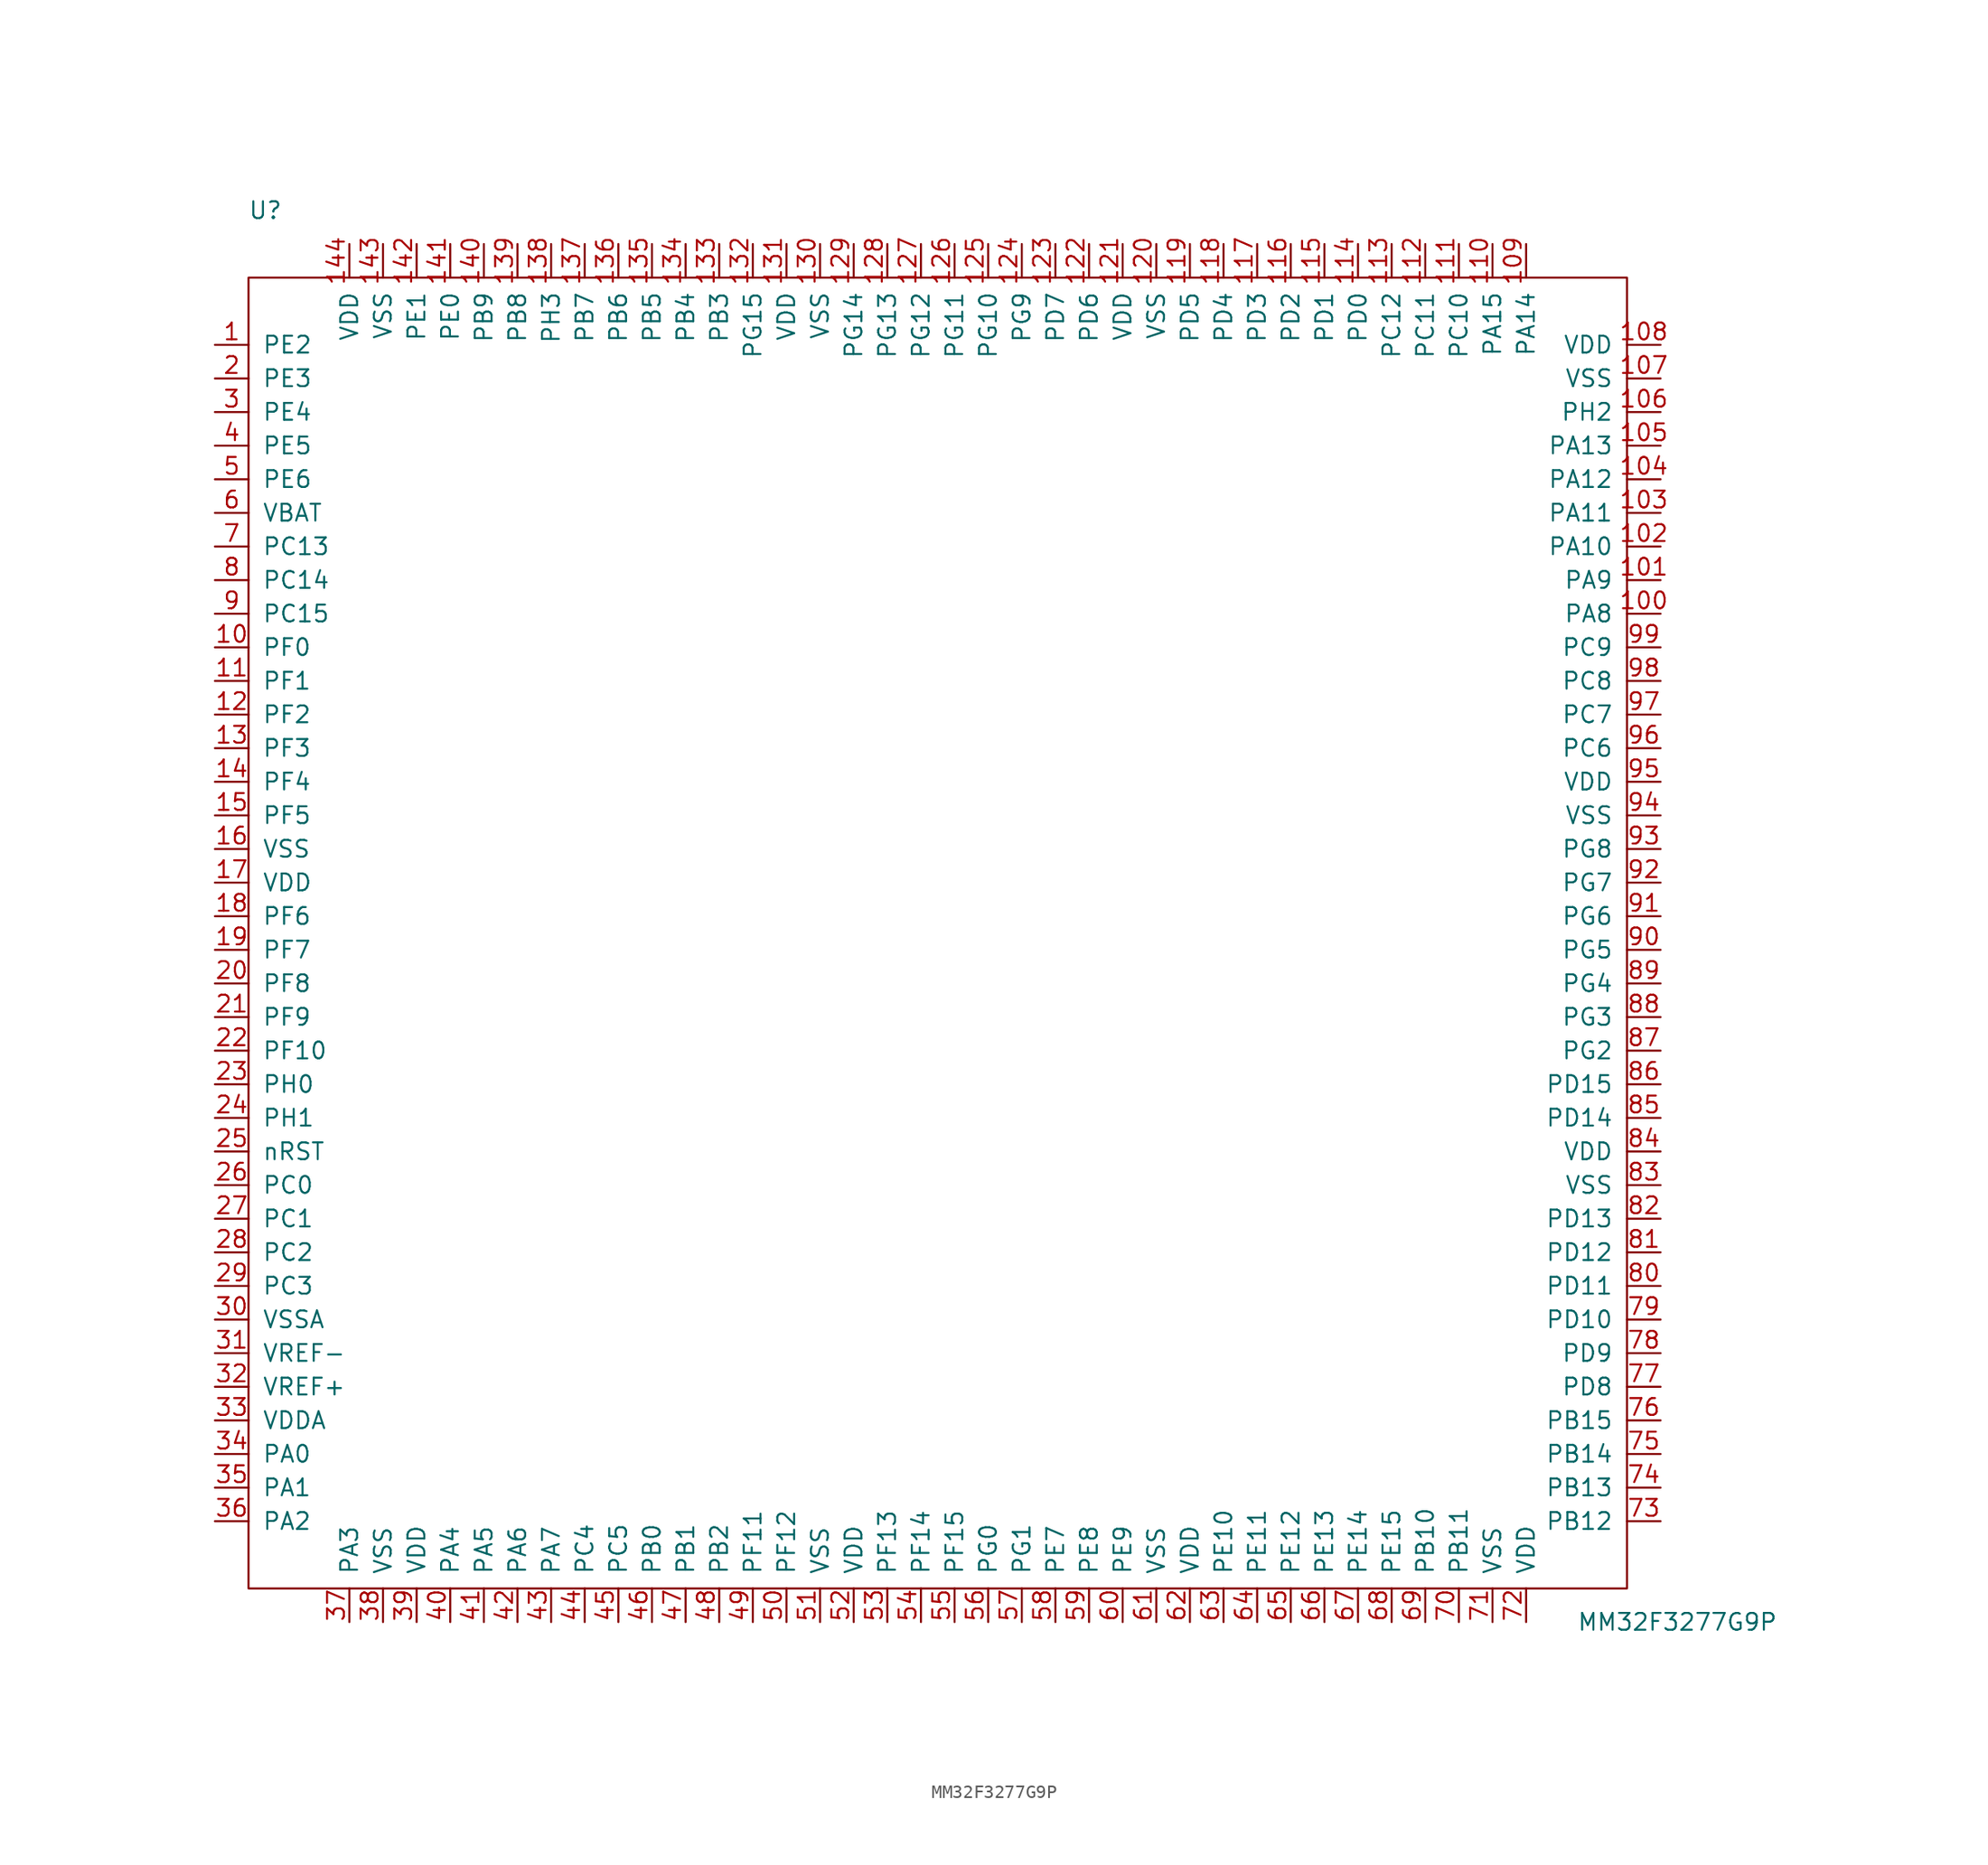
<source format=kicad_sym>
(kicad_symbol_lib
  (version 20211014)
  (generator kicad_symbol_editor)
  (symbol "MM32F3277G9P"
    (pin_names
      (offset 1.016))
    (property "Reference" "U"
      (at 1.27 104.14 0)
      (effects (font (size 1.27 1.27))))
    (property "Value" "MM32F3277G9P"
      (at 107.95 -2.54 0)
      (effects (font (size 1.27 1.27))))
    (symbol "MM32F3277G9P_0_0"
      (pin bidirectional line (at -2.54 71.12 0) (length 2.54) (name "PF0" (effects (font (size 1.27 1.27)))) (number "10" (effects (font (size 1.27 1.27)))))
      (pin bidirectional line (at 106.68 73.66 180) (length 2.54) (name "PA8" (effects (font (size 1.27 1.27)))) (number "100" (effects (font (size 1.27 1.27)))))
      (pin bidirectional line (at 106.68 76.2 180) (length 2.54) (name "PA9" (effects (font (size 1.27 1.27)))) (number "101" (effects (font (size 1.27 1.27)))))
      (pin bidirectional line (at 106.68 78.74 180) (length 2.54) (name "PA10" (effects (font (size 1.27 1.27)))) (number "102" (effects (font (size 1.27 1.27)))))
      (pin bidirectional line (at 106.68 81.28 180) (length 2.54) (name "PA11" (effects (font (size 1.27 1.27)))) (number "103" (effects (font (size 1.27 1.27)))))
      (pin bidirectional line (at 106.68 83.82 180) (length 2.54) (name "PA12" (effects (font (size 1.27 1.27)))) (number "104" (effects (font (size 1.27 1.27)))))
      (pin bidirectional line (at 106.68 86.36 180) (length 2.54) (name "PA13" (effects (font (size 1.27 1.27)))) (number "105" (effects (font (size 1.27 1.27)))))
      (pin bidirectional line (at 106.68 88.9 180) (length 2.54) (name "PH2" (effects (font (size 1.27 1.27)))) (number "106" (effects (font (size 1.27 1.27)))))
      (pin power_in line (at 106.68 91.44 180) (length 2.54) (name "VSS" (effects (font (size 1.27 1.27)))) (number "107" (effects (font (size 1.27 1.27)))))
      (pin power_in line (at 106.68 93.98 180) (length 2.54) (name "VDD" (effects (font (size 1.27 1.27)))) (number "108" (effects (font (size 1.27 1.27)))))
      (pin bidirectional line (at 96.52 101.6 270) (length 2.54) (name "PA14" (effects (font (size 1.27 1.27)))) (number "109" (effects (font (size 1.27 1.27)))))
      (pin bidirectional line (at -2.54 68.58 0) (length 2.54) (name "PF1" (effects (font (size 1.27 1.27)))) (number "11" (effects (font (size 1.27 1.27)))))
      (pin bidirectional line (at 93.98 101.6 270) (length 2.54) (name "PA15" (effects (font (size 1.27 1.27)))) (number "110" (effects (font (size 1.27 1.27)))))
      (pin bidirectional line (at 91.44 101.6 270) (length 2.54) (name "PC10" (effects (font (size 1.27 1.27)))) (number "111" (effects (font (size 1.27 1.27)))))
      (pin bidirectional line (at 88.9 101.6 270) (length 2.54) (name "PC11" (effects (font (size 1.27 1.27)))) (number "112" (effects (font (size 1.27 1.27)))))
      (pin bidirectional line (at 86.36 101.6 270) (length 2.54) (name "PC12" (effects (font (size 1.27 1.27)))) (number "113" (effects (font (size 1.27 1.27)))))
      (pin bidirectional line (at 83.82 101.6 270) (length 2.54) (name "PD0" (effects (font (size 1.27 1.27)))) (number "114" (effects (font (size 1.27 1.27)))))
      (pin bidirectional line (at 81.28 101.6 270) (length 2.54) (name "PD1" (effects (font (size 1.27 1.27)))) (number "115" (effects (font (size 1.27 1.27)))))
      (pin bidirectional line (at 78.74 101.6 270) (length 2.54) (name "PD2" (effects (font (size 1.27 1.27)))) (number "116" (effects (font (size 1.27 1.27)))))
      (pin bidirectional line (at 76.2 101.6 270) (length 2.54) (name "PD3" (effects (font (size 1.27 1.27)))) (number "117" (effects (font (size 1.27 1.27)))))
      (pin bidirectional line (at 73.66 101.6 270) (length 2.54) (name "PD4" (effects (font (size 1.27 1.27)))) (number "118" (effects (font (size 1.27 1.27)))))
      (pin bidirectional line (at 71.12 101.6 270) (length 2.54) (name "PD5" (effects (font (size 1.27 1.27)))) (number "119" (effects (font (size 1.27 1.27)))))
      (pin bidirectional line (at -2.54 66.04 0) (length 2.54) (name "PF2" (effects (font (size 1.27 1.27)))) (number "12" (effects (font (size 1.27 1.27)))))
      (pin power_in line (at 68.58 101.6 270) (length 2.54) (name "VSS" (effects (font (size 1.27 1.27)))) (number "120" (effects (font (size 1.27 1.27)))))
      (pin power_in line (at 66.04 101.6 270) (length 2.54) (name "VDD" (effects (font (size 1.27 1.27)))) (number "121" (effects (font (size 1.27 1.27)))))
      (pin bidirectional line (at 63.5 101.6 270) (length 2.54) (name "PD6" (effects (font (size 1.27 1.27)))) (number "122" (effects (font (size 1.27 1.27)))))
      (pin bidirectional line (at 60.96 101.6 270) (length 2.54) (name "PD7" (effects (font (size 1.27 1.27)))) (number "123" (effects (font (size 1.27 1.27)))))
      (pin bidirectional line (at 58.42 101.6 270) (length 2.54) (name "PG9" (effects (font (size 1.27 1.27)))) (number "124" (effects (font (size 1.27 1.27)))))
      (pin bidirectional line (at 55.88 101.6 270) (length 2.54) (name "PG10" (effects (font (size 1.27 1.27)))) (number "125" (effects (font (size 1.27 1.27)))))
      (pin bidirectional line (at 53.34 101.6 270) (length 2.54) (name "PG11" (effects (font (size 1.27 1.27)))) (number "126" (effects (font (size 1.27 1.27)))))
      (pin bidirectional line (at 50.8 101.6 270) (length 2.54) (name "PG12" (effects (font (size 1.27 1.27)))) (number "127" (effects (font (size 1.27 1.27)))))
      (pin bidirectional line (at 48.26 101.6 270) (length 2.54) (name "PG13" (effects (font (size 1.27 1.27)))) (number "128" (effects (font (size 1.27 1.27)))))
      (pin bidirectional line (at 45.72 101.6 270) (length 2.54) (name "PG14" (effects (font (size 1.27 1.27)))) (number "129" (effects (font (size 1.27 1.27)))))
      (pin bidirectional line (at -2.54 63.5 0) (length 2.54) (name "PF3" (effects (font (size 1.27 1.27)))) (number "13" (effects (font (size 1.27 1.27)))))
      (pin power_in line (at 43.18 101.6 270) (length 2.54) (name "VSS" (effects (font (size 1.27 1.27)))) (number "130" (effects (font (size 1.27 1.27)))))
      (pin power_in line (at 40.64 101.6 270) (length 2.54) (name "VDD" (effects (font (size 1.27 1.27)))) (number "131" (effects (font (size 1.27 1.27)))))
      (pin bidirectional line (at 38.1 101.6 270) (length 2.54) (name "PG15" (effects (font (size 1.27 1.27)))) (number "132" (effects (font (size 1.27 1.27)))))
      (pin bidirectional line (at 35.56 101.6 270) (length 2.54) (name "PB3" (effects (font (size 1.27 1.27)))) (number "133" (effects (font (size 1.27 1.27)))))
      (pin bidirectional line (at 33.02 101.6 270) (length 2.54) (name "PB4" (effects (font (size 1.27 1.27)))) (number "134" (effects (font (size 1.27 1.27)))))
      (pin bidirectional line (at 30.48 101.6 270) (length 2.54) (name "PB5" (effects (font (size 1.27 1.27)))) (number "135" (effects (font (size 1.27 1.27)))))
      (pin bidirectional line (at 27.94 101.6 270) (length 2.54) (name "PB6" (effects (font (size 1.27 1.27)))) (number "136" (effects (font (size 1.27 1.27)))))
      (pin bidirectional line (at 25.4 101.6 270) (length 2.54) (name "PB7" (effects (font (size 1.27 1.27)))) (number "137" (effects (font (size 1.27 1.27)))))
      (pin bidirectional line (at 22.86 101.6 270) (length 2.54) (name "PH3" (effects (font (size 1.27 1.27)))) (number "138" (effects (font (size 1.27 1.27)))))
      (pin bidirectional line (at 20.32 101.6 270) (length 2.54) (name "PB8" (effects (font (size 1.27 1.27)))) (number "139" (effects (font (size 1.27 1.27)))))
      (pin bidirectional line (at -2.54 60.96 0) (length 2.54) (name "PF4" (effects (font (size 1.27 1.27)))) (number "14" (effects (font (size 1.27 1.27)))))
      (pin bidirectional line (at 17.78 101.6 270) (length 2.54) (name "PB9" (effects (font (size 1.27 1.27)))) (number "140" (effects (font (size 1.27 1.27)))))
      (pin bidirectional line (at 15.24 101.6 270) (length 2.54) (name "PE0" (effects (font (size 1.27 1.27)))) (number "141" (effects (font (size 1.27 1.27)))))
      (pin bidirectional line (at 12.7 101.6 270) (length 2.54) (name "PE1" (effects (font (size 1.27 1.27)))) (number "142" (effects (font (size 1.27 1.27)))))
      (pin power_in line (at 10.16 101.6 270) (length 2.54) (name "VSS" (effects (font (size 1.27 1.27)))) (number "143" (effects (font (size 1.27 1.27)))))
      (pin power_in line (at 7.62 101.6 270) (length 2.54) (name "VDD" (effects (font (size 1.27 1.27)))) (number "144" (effects (font (size 1.27 1.27)))))
      (pin bidirectional line (at -2.54 58.42 0) (length 2.54) (name "PF5" (effects (font (size 1.27 1.27)))) (number "15" (effects (font (size 1.27 1.27)))))
      (pin power_in line (at -2.54 55.88 0) (length 2.54) (name "VSS" (effects (font (size 1.27 1.27)))) (number "16" (effects (font (size 1.27 1.27)))))
      (pin power_in line (at -2.54 53.34 0) (length 2.54) (name "VDD" (effects (font (size 1.27 1.27)))) (number "17" (effects (font (size 1.27 1.27)))))
      (pin bidirectional line (at -2.54 50.8 0) (length 2.54) (name "PF6" (effects (font (size 1.27 1.27)))) (number "18" (effects (font (size 1.27 1.27)))))
      (pin bidirectional line (at -2.54 48.26 0) (length 2.54) (name "PF7" (effects (font (size 1.27 1.27)))) (number "19" (effects (font (size 1.27 1.27)))))
      (pin bidirectional line (at -2.54 91.44 0) (length 2.54) (name "PE3" (effects (font (size 1.27 1.27)))) (number "2" (effects (font (size 1.27 1.27)))))
      (pin bidirectional line (at -2.54 45.72 0) (length 2.54) (name "PF8" (effects (font (size 1.27 1.27)))) (number "20" (effects (font (size 1.27 1.27)))))
      (pin bidirectional line (at -2.54 43.18 0) (length 2.54) (name "PF9" (effects (font (size 1.27 1.27)))) (number "21" (effects (font (size 1.27 1.27)))))
      (pin bidirectional line (at -2.54 40.64 0) (length 2.54) (name "PF10" (effects (font (size 1.27 1.27)))) (number "22" (effects (font (size 1.27 1.27)))))
      (pin bidirectional line (at -2.54 38.1 0) (length 2.54) (name "PH0" (effects (font (size 1.27 1.27)))) (number "23" (effects (font (size 1.27 1.27)))))
      (pin bidirectional line (at -2.54 35.56 0) (length 2.54) (name "PH1" (effects (font (size 1.27 1.27)))) (number "24" (effects (font (size 1.27 1.27)))))
      (pin bidirectional line (at -2.54 33.02 0) (length 2.54) (name "nRST" (effects (font (size 1.27 1.27)))) (number "25" (effects (font (size 1.27 1.27)))))
      (pin bidirectional line (at -2.54 30.48 0) (length 2.54) (name "PC0" (effects (font (size 1.27 1.27)))) (number "26" (effects (font (size 1.27 1.27)))))
      (pin bidirectional line (at -2.54 27.94 0) (length 2.54) (name "PC1" (effects (font (size 1.27 1.27)))) (number "27" (effects (font (size 1.27 1.27)))))
      (pin bidirectional line (at -2.54 25.4 0) (length 2.54) (name "PC2" (effects (font (size 1.27 1.27)))) (number "28" (effects (font (size 1.27 1.27)))))
      (pin bidirectional line (at -2.54 22.86 0) (length 2.54) (name "PC3" (effects (font (size 1.27 1.27)))) (number "29" (effects (font (size 1.27 1.27)))))
      (pin bidirectional line (at -2.54 88.9 0) (length 2.54) (name "PE4" (effects (font (size 1.27 1.27)))) (number "3" (effects (font (size 1.27 1.27)))))
      (pin power_in line (at -2.54 20.32 0) (length 2.54) (name "VSSA" (effects (font (size 1.27 1.27)))) (number "30" (effects (font (size 1.27 1.27)))))
      (pin power_in line (at -2.54 17.78 0) (length 2.54) (name "VREF-" (effects (font (size 1.27 1.27)))) (number "31" (effects (font (size 1.27 1.27)))))
      (pin power_in line (at -2.54 15.24 0) (length 2.54) (name "VREF+" (effects (font (size 1.27 1.27)))) (number "32" (effects (font (size 1.27 1.27)))))
      (pin power_in line (at -2.54 12.7 0) (length 2.54) (name "VDDA" (effects (font (size 1.27 1.27)))) (number "33" (effects (font (size 1.27 1.27)))))
      (pin bidirectional line (at -2.54 10.16 0) (length 2.54) (name "PA0" (effects (font (size 1.27 1.27)))) (number "34" (effects (font (size 1.27 1.27)))))
      (pin bidirectional line (at -2.54 7.62 0) (length 2.54) (name "PA1" (effects (font (size 1.27 1.27)))) (number "35" (effects (font (size 1.27 1.27)))))
      (pin bidirectional line (at -2.54 5.08 0) (length 2.54) (name "PA2" (effects (font (size 1.27 1.27)))) (number "36" (effects (font (size 1.27 1.27)))))
      (pin bidirectional line (at 7.62 -2.54 90) (length 2.54) (name "PA3" (effects (font (size 1.27 1.27)))) (number "37" (effects (font (size 1.27 1.27)))))
      (pin power_in line (at 10.16 -2.54 90) (length 2.54) (name "VSS" (effects (font (size 1.27 1.27)))) (number "38" (effects (font (size 1.27 1.27)))))
      (pin power_in line (at 12.7 -2.54 90) (length 2.54) (name "VDD" (effects (font (size 1.27 1.27)))) (number "39" (effects (font (size 1.27 1.27)))))
      (pin bidirectional line (at -2.54 86.36 0) (length 2.54) (name "PE5" (effects (font (size 1.27 1.27)))) (number "4" (effects (font (size 1.27 1.27)))))
      (pin bidirectional line (at 15.24 -2.54 90) (length 2.54) (name "PA4" (effects (font (size 1.27 1.27)))) (number "40" (effects (font (size 1.27 1.27)))))
      (pin bidirectional line (at 17.78 -2.54 90) (length 2.54) (name "PA5" (effects (font (size 1.27 1.27)))) (number "41" (effects (font (size 1.27 1.27)))))
      (pin bidirectional line (at 20.32 -2.54 90) (length 2.54) (name "PA6" (effects (font (size 1.27 1.27)))) (number "42" (effects (font (size 1.27 1.27)))))
      (pin bidirectional line (at 22.86 -2.54 90) (length 2.54) (name "PA7" (effects (font (size 1.27 1.27)))) (number "43" (effects (font (size 1.27 1.27)))))
      (pin bidirectional line (at 25.4 -2.54 90) (length 2.54) (name "PC4" (effects (font (size 1.27 1.27)))) (number "44" (effects (font (size 1.27 1.27)))))
      (pin bidirectional line (at 27.94 -2.54 90) (length 2.54) (name "PC5" (effects (font (size 1.27 1.27)))) (number "45" (effects (font (size 1.27 1.27)))))
      (pin bidirectional line (at 30.48 -2.54 90) (length 2.54) (name "PB0" (effects (font (size 1.27 1.27)))) (number "46" (effects (font (size 1.27 1.27)))))
      (pin bidirectional line (at 33.02 -2.54 90) (length 2.54) (name "PB1" (effects (font (size 1.27 1.27)))) (number "47" (effects (font (size 1.27 1.27)))))
      (pin bidirectional line (at 35.56 -2.54 90) (length 2.54) (name "PB2" (effects (font (size 1.27 1.27)))) (number "48" (effects (font (size 1.27 1.27)))))
      (pin bidirectional line (at 38.1 -2.54 90) (length 2.54) (name "PF11" (effects (font (size 1.27 1.27)))) (number "49" (effects (font (size 1.27 1.27)))))
      (pin bidirectional line (at -2.54 83.82 0) (length 2.54) (name "PE6" (effects (font (size 1.27 1.27)))) (number "5" (effects (font (size 1.27 1.27)))))
      (pin bidirectional line (at 40.64 -2.54 90) (length 2.54) (name "PF12" (effects (font (size 1.27 1.27)))) (number "50" (effects (font (size 1.27 1.27)))))
      (pin power_in line (at 43.18 -2.54 90) (length 2.54) (name "VSS" (effects (font (size 1.27 1.27)))) (number "51" (effects (font (size 1.27 1.27)))))
      (pin power_in line (at 45.72 -2.54 90) (length 2.54) (name "VDD" (effects (font (size 1.27 1.27)))) (number "52" (effects (font (size 1.27 1.27)))))
      (pin bidirectional line (at 48.26 -2.54 90) (length 2.54) (name "PF13" (effects (font (size 1.27 1.27)))) (number "53" (effects (font (size 1.27 1.27)))))
      (pin bidirectional line (at 50.8 -2.54 90) (length 2.54) (name "PF14" (effects (font (size 1.27 1.27)))) (number "54" (effects (font (size 1.27 1.27)))))
      (pin bidirectional line (at 53.34 -2.54 90) (length 2.54) (name "PF15" (effects (font (size 1.27 1.27)))) (number "55" (effects (font (size 1.27 1.27)))))
      (pin bidirectional line (at 55.88 -2.54 90) (length 2.54) (name "PG0" (effects (font (size 1.27 1.27)))) (number "56" (effects (font (size 1.27 1.27)))))
      (pin bidirectional line (at 58.42 -2.54 90) (length 2.54) (name "PG1" (effects (font (size 1.27 1.27)))) (number "57" (effects (font (size 1.27 1.27)))))
      (pin bidirectional line (at 60.96 -2.54 90) (length 2.54) (name "PE7" (effects (font (size 1.27 1.27)))) (number "58" (effects (font (size 1.27 1.27)))))
      (pin bidirectional line (at 63.5 -2.54 90) (length 2.54) (name "PE8" (effects (font (size 1.27 1.27)))) (number "59" (effects (font (size 1.27 1.27)))))
      (pin power_in line (at -2.54 81.28 0) (length 2.54) (name "VBAT" (effects (font (size 1.27 1.27)))) (number "6" (effects (font (size 1.27 1.27)))))
      (pin bidirectional line (at 66.04 -2.54 90) (length 2.54) (name "PE9" (effects (font (size 1.27 1.27)))) (number "60" (effects (font (size 1.27 1.27)))))
      (pin power_in line (at 68.58 -2.54 90) (length 2.54) (name "VSS" (effects (font (size 1.27 1.27)))) (number "61" (effects (font (size 1.27 1.27)))))
      (pin power_in line (at 71.12 -2.54 90) (length 2.54) (name "VDD" (effects (font (size 1.27 1.27)))) (number "62" (effects (font (size 1.27 1.27)))))
      (pin bidirectional line (at 73.66 -2.54 90) (length 2.54) (name "PE10" (effects (font (size 1.27 1.27)))) (number "63" (effects (font (size 1.27 1.27)))))
      (pin bidirectional line (at 76.2 -2.54 90) (length 2.54) (name "PE11" (effects (font (size 1.27 1.27)))) (number "64" (effects (font (size 1.27 1.27)))))
      (pin bidirectional line (at 78.74 -2.54 90) (length 2.54) (name "PE12" (effects (font (size 1.27 1.27)))) (number "65" (effects (font (size 1.27 1.27)))))
      (pin bidirectional line (at 81.28 -2.54 90) (length 2.54) (name "PE13" (effects (font (size 1.27 1.27)))) (number "66" (effects (font (size 1.27 1.27)))))
      (pin bidirectional line (at 83.82 -2.54 90) (length 2.54) (name "PE14" (effects (font (size 1.27 1.27)))) (number "67" (effects (font (size 1.27 1.27)))))
      (pin bidirectional line (at 86.36 -2.54 90) (length 2.54) (name "PE15" (effects (font (size 1.27 1.27)))) (number "68" (effects (font (size 1.27 1.27)))))
      (pin bidirectional line (at 88.9 -2.54 90) (length 2.54) (name "PB10" (effects (font (size 1.27 1.27)))) (number "69" (effects (font (size 1.27 1.27)))))
      (pin bidirectional line (at -2.54 78.74 0) (length 2.54) (name "PC13" (effects (font (size 1.27 1.27)))) (number "7" (effects (font (size 1.27 1.27)))))
      (pin bidirectional line (at 91.44 -2.54 90) (length 2.54) (name "PB11" (effects (font (size 1.27 1.27)))) (number "70" (effects (font (size 1.27 1.27)))))
      (pin power_in line (at 93.98 -2.54 90) (length 2.54) (name "VSS" (effects (font (size 1.27 1.27)))) (number "71" (effects (font (size 1.27 1.27)))))
      (pin power_in line (at 96.52 -2.54 90) (length 2.54) (name "VDD" (effects (font (size 1.27 1.27)))) (number "72" (effects (font (size 1.27 1.27)))))
      (pin bidirectional line (at 106.68 5.08 180) (length 2.54) (name "PB12" (effects (font (size 1.27 1.27)))) (number "73" (effects (font (size 1.27 1.27)))))
      (pin bidirectional line (at 106.68 7.62 180) (length 2.54) (name "PB13" (effects (font (size 1.27 1.27)))) (number "74" (effects (font (size 1.27 1.27)))))
      (pin bidirectional line (at 106.68 10.16 180) (length 2.54) (name "PB14" (effects (font (size 1.27 1.27)))) (number "75" (effects (font (size 1.27 1.27)))))
      (pin bidirectional line (at 106.68 12.7 180) (length 2.54) (name "PB15" (effects (font (size 1.27 1.27)))) (number "76" (effects (font (size 1.27 1.27)))))
      (pin bidirectional line (at 106.68 15.24 180) (length 2.54) (name "PD8" (effects (font (size 1.27 1.27)))) (number "77" (effects (font (size 1.27 1.27)))))
      (pin bidirectional line (at 106.68 17.78 180) (length 2.54) (name "PD9" (effects (font (size 1.27 1.27)))) (number "78" (effects (font (size 1.27 1.27)))))
      (pin bidirectional line (at 106.68 20.32 180) (length 2.54) (name "PD10" (effects (font (size 1.27 1.27)))) (number "79" (effects (font (size 1.27 1.27)))))
      (pin bidirectional line (at -2.54 76.2 0) (length 2.54) (name "PC14" (effects (font (size 1.27 1.27)))) (number "8" (effects (font (size 1.27 1.27)))))
      (pin bidirectional line (at 106.68 22.86 180) (length 2.54) (name "PD11" (effects (font (size 1.27 1.27)))) (number "80" (effects (font (size 1.27 1.27)))))
      (pin bidirectional line (at 106.68 25.4 180) (length 2.54) (name "PD12" (effects (font (size 1.27 1.27)))) (number "81" (effects (font (size 1.27 1.27)))))
      (pin bidirectional line (at 106.68 27.94 180) (length 2.54) (name "PD13" (effects (font (size 1.27 1.27)))) (number "82" (effects (font (size 1.27 1.27)))))
      (pin power_in line (at 106.68 30.48 180) (length 2.54) (name "VSS" (effects (font (size 1.27 1.27)))) (number "83" (effects (font (size 1.27 1.27)))))
      (pin power_in line (at 106.68 33.02 180) (length 2.54) (name "VDD" (effects (font (size 1.27 1.27)))) (number "84" (effects (font (size 1.27 1.27)))))
      (pin bidirectional line (at 106.68 35.56 180) (length 2.54) (name "PD14" (effects (font (size 1.27 1.27)))) (number "85" (effects (font (size 1.27 1.27)))))
      (pin bidirectional line (at 106.68 38.1 180) (length 2.54) (name "PD15" (effects (font (size 1.27 1.27)))) (number "86" (effects (font (size 1.27 1.27)))))
      (pin bidirectional line (at 106.68 40.64 180) (length 2.54) (name "PG2" (effects (font (size 1.27 1.27)))) (number "87" (effects (font (size 1.27 1.27)))))
      (pin bidirectional line (at 106.68 43.18 180) (length 2.54) (name "PG3" (effects (font (size 1.27 1.27)))) (number "88" (effects (font (size 1.27 1.27)))))
      (pin bidirectional line (at 106.68 45.72 180) (length 2.54) (name "PG4" (effects (font (size 1.27 1.27)))) (number "89" (effects (font (size 1.27 1.27)))))
      (pin bidirectional line (at -2.54 73.66 0) (length 2.54) (name "PC15" (effects (font (size 1.27 1.27)))) (number "9" (effects (font (size 1.27 1.27)))))
      (pin bidirectional line (at 106.68 48.26 180) (length 2.54) (name "PG5" (effects (font (size 1.27 1.27)))) (number "90" (effects (font (size 1.27 1.27)))))
      (pin bidirectional line (at 106.68 50.8 180) (length 2.54) (name "PG6" (effects (font (size 1.27 1.27)))) (number "91" (effects (font (size 1.27 1.27)))))
      (pin bidirectional line (at 106.68 53.34 180) (length 2.54) (name "PG7" (effects (font (size 1.27 1.27)))) (number "92" (effects (font (size 1.27 1.27)))))
      (pin bidirectional line (at 106.68 55.88 180) (length 2.54) (name "PG8" (effects (font (size 1.27 1.27)))) (number "93" (effects (font (size 1.27 1.27)))))
      (pin power_in line (at 106.68 58.42 180) (length 2.54) (name "VSS" (effects (font (size 1.27 1.27)))) (number "94" (effects (font (size 1.27 1.27)))))
      (pin power_in line (at 106.68 60.96 180) (length 2.54) (name "VDD" (effects (font (size 1.27 1.27)))) (number "95" (effects (font (size 1.27 1.27)))))
      (pin bidirectional line (at 106.68 63.5 180) (length 2.54) (name "PC6" (effects (font (size 1.27 1.27)))) (number "96" (effects (font (size 1.27 1.27)))))
      (pin bidirectional line (at 106.68 66.04 180) (length 2.54) (name "PC7" (effects (font (size 1.27 1.27)))) (number "97" (effects (font (size 1.27 1.27)))))
      (pin bidirectional line (at 106.68 68.58 180) (length 2.54) (name "PC8" (effects (font (size 1.27 1.27)))) (number "98" (effects (font (size 1.27 1.27)))))
      (pin bidirectional line (at 106.68 71.12 180) (length 2.54) (name "PC9" (effects (font (size 1.27 1.27)))) (number "99" (effects (font (size 1.27 1.27))))))
    (symbol "MM32F3277G9P_0_1"
      (rectangle (start 0 99.06) (end 104.14 0) (stroke (width 0) (type default) (color 0 0 0 0)) (fill (type none))))
    (symbol "MM32F3277G9P_1_1"
      (pin bidirectional line (at -2.54 93.98 0) (length 2.54) (name "PE2" (effects (font (size 1.27 1.27)))) (number "1" (effects (font (size 1.27 1.27))))))))
</source>
